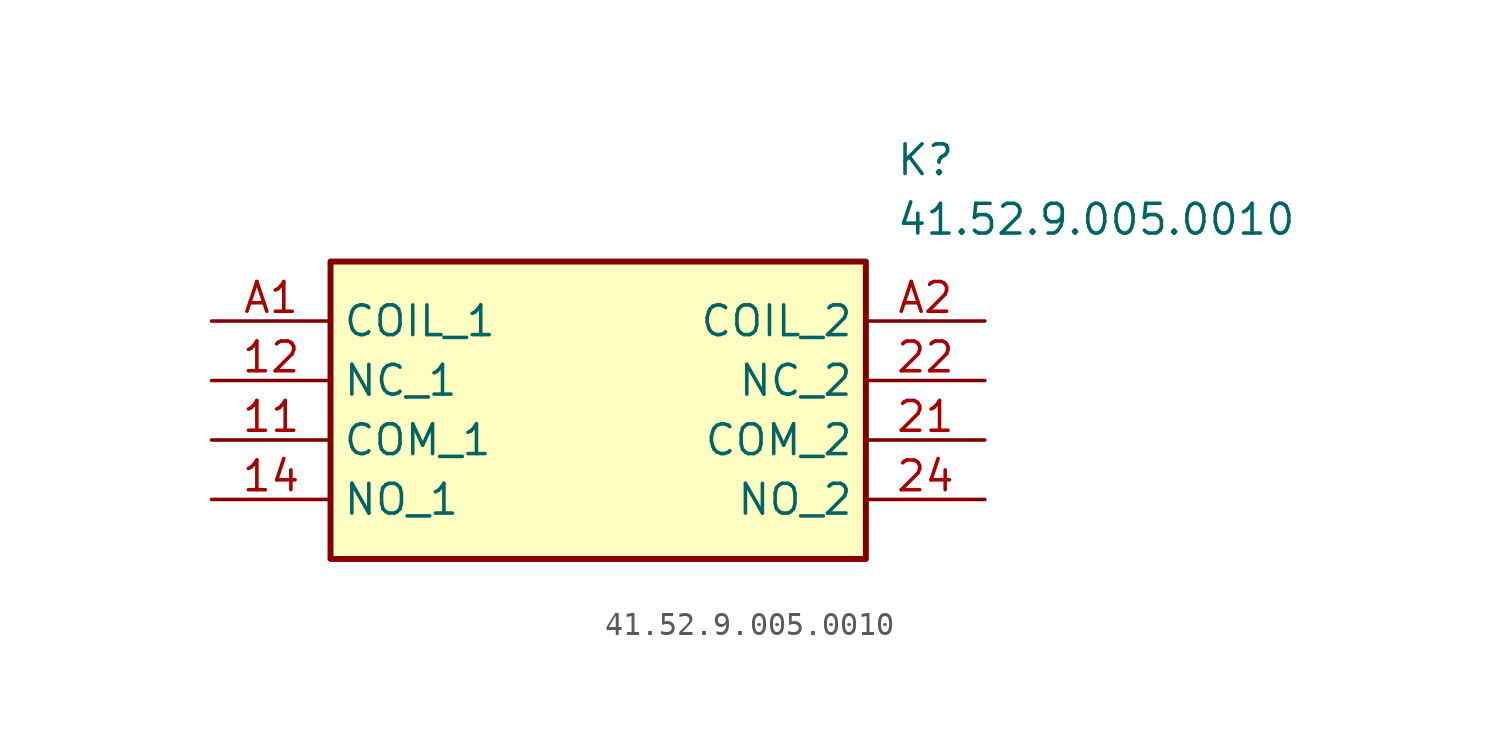
<source format=kicad_sym>
(kicad_symbol_lib
  (version 20211014)
  (generator SamacSys_ECAD_Model)
  (symbol "41.52.9.005.0010"
    (property "Reference" "K"
      (at 29.21 7.62 0)
      (effects (font (size 1.27 1.27)) (justify left top)))
    (property "Value" "41.52.9.005.0010"
      (at 29.21 5.08 0)
      (effects (font (size 1.27 1.27)) (justify left top)))
    (rectangle
      (start 5.08 2.54)
      (end 27.94 -10.16)
      (stroke (width 0.254) (type default))
      (fill (type background)))
    (pin passive line
      (at 0 -5.08 0)
      (length 5.08)
      (name "COM_1" (effects (font (size 1.27 1.27))))
      (number "11" (effects (font (size 1.27 1.27)))))
    (pin passive line
      (at 0 -2.54 0)
      (length 5.08)
      (name "NC_1" (effects (font (size 1.27 1.27))))
      (number "12" (effects (font (size 1.27 1.27)))))
    (pin passive line
      (at 0 -7.62 0)
      (length 5.08)
      (name "NO_1" (effects (font (size 1.27 1.27))))
      (number "14" (effects (font (size 1.27 1.27)))))
    (pin passive line
      (at 33.02 -5.08 180)
      (length 5.08)
      (name "COM_2" (effects (font (size 1.27 1.27))))
      (number "21" (effects (font (size 1.27 1.27)))))
    (pin passive line
      (at 33.02 -2.54 180)
      (length 5.08)
      (name "NC_2" (effects (font (size 1.27 1.27))))
      (number "22" (effects (font (size 1.27 1.27)))))
    (pin passive line
      (at 33.02 -7.62 180)
      (length 5.08)
      (name "NO_2" (effects (font (size 1.27 1.27))))
      (number "24" (effects (font (size 1.27 1.27)))))
    (pin passive line
      (at 0 0 0)
      (length 5.08)
      (name "COIL_1" (effects (font (size 1.27 1.27))))
      (number "A1" (effects (font (size 1.27 1.27)))))
    (pin passive line
      (at 33.02 0 180)
      (length 5.08)
      (name "COIL_2" (effects (font (size 1.27 1.27))))
      (number "A2" (effects (font (size 1.27 1.27)))))))
</source>
